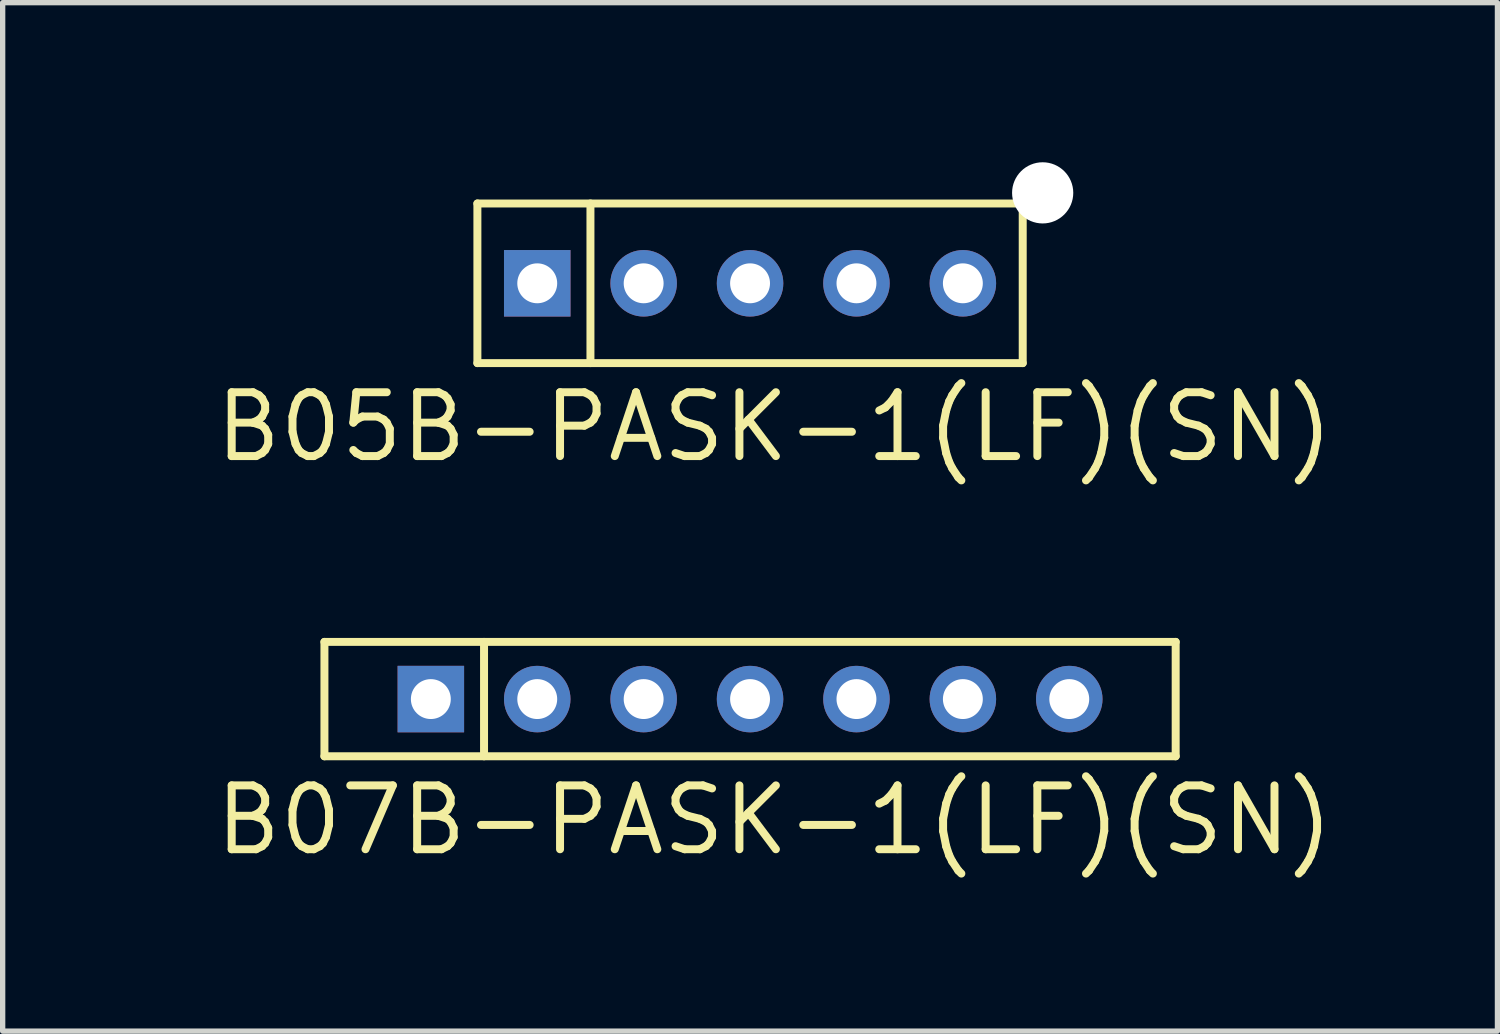
<source format=kicad_pcb>
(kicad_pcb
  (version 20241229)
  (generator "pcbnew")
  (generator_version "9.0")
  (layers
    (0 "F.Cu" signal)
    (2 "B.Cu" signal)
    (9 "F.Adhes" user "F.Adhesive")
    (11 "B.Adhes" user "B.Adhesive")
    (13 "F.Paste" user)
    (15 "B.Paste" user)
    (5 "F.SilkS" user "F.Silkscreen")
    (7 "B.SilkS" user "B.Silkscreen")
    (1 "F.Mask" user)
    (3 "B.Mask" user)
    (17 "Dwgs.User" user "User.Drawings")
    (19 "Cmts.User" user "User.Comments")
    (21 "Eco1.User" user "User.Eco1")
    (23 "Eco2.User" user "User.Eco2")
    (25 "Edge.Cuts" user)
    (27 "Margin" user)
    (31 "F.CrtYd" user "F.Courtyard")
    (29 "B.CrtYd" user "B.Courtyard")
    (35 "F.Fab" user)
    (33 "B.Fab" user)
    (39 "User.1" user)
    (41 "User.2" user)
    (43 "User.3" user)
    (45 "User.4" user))
  (footprint " B07B-PASK-1(LF)(SN)"
    (layer "F.Cu")
    (at 11.048 10.09)
    (property "Reference" " B07B-PASK-1(LF)(SN)" (at 0 2.275 0) (layer "F.SilkS") (effects (font (size 1.2 1.2) (thickness 0.15))))
    (attr through_hole)
    (fp_line (start -8 -1.075) (end 8 -1.075) (stroke (width 0.15) (type solid)) (layer "F.SilkS"))
    (fp_line (start -8 1.075) (end -8 -1.075) (stroke (width 0.15) (type solid)) (layer "F.SilkS"))
    (fp_line (start -5 -1.075) (end -5 1.075) (stroke (width 0.15) (type solid)) (layer "F.SilkS"))
    (fp_line (start 8 -1.075) (end 8 1.075) (stroke (width 0.15) (type solid)) (layer "F.SilkS"))
    (fp_line (start 8 1.075) (end -8 1.075) (stroke (width 0.15) (type solid)) (layer "F.SilkS"))
    (pad "1" thru_hole rect (at -6 0) (size 1.25 1.25) (drill 0.75) (layers "*.Cu" "*.Mask"))
    (pad "2" thru_hole circle (at -4 0) (size 1.25 1.25) (drill 0.75) (layers "*.Cu" "*.Mask"))
    (pad "3" thru_hole circle (at -2 0) (size 1.25 1.25) (drill 0.75) (layers "*.Cu" "*.Mask"))
    (pad "4" thru_hole circle (at 0 0) (size 1.25 1.25) (drill 0.75) (layers "*.Cu" "*.Mask"))
    (pad "5" thru_hole circle (at 2 0) (size 1.25 1.25) (drill 0.75) (layers "*.Cu" "*.Mask"))
    (pad "6" thru_hole circle (at 4 0) (size 1.25 1.25) (drill 0.75) (layers "*.Cu" "*.Mask"))
    (pad "7" thru_hole circle (at 6 0) (size 1.25 1.25) (drill 0.75) (layers "*.Cu" "*.Mask")))
  (footprint " B05B-PASK-1(LF)(SN)"
    (layer "F.Cu")
    (at 11.048 2.275)
    (property "Reference" " B05B-PASK-1(LF)(SN)" (at 0 2.7 0) (layer "F.SilkS") (effects (font (size 1.2 1.2) (thickness 0.15))))
    (attr through_hole)
    (fp_line (start -5.125 -1.5) (end 5.125 -1.5) (stroke (width 0.15) (type solid)) (layer "F.SilkS"))
    (fp_line (start -5.125 1.5) (end -5.125 -1.5) (stroke (width 0.15) (type solid)) (layer "F.SilkS"))
    (fp_line (start -3 -1.5) (end -3 1.5) (stroke (width 0.15) (type solid)) (layer "F.SilkS"))
    (fp_line (start 5.125 -1.5) (end 5.125 1.5) (stroke (width 0.15) (type solid)) (layer "F.SilkS"))
    (fp_line (start 5.125 1.5) (end -5.125 1.5) (stroke (width 0.15) (type solid)) (layer "F.SilkS"))
    (pad "" np_thru_hole circle (at 5.5 -1.7) (size 1.15 1.15) (drill 1.15) (layers "*.Cu" "*.Mask"))
    (pad "1" thru_hole rect (at -4 0) (size 1.25 1.25) (drill 0.75) (layers "*.Cu" "*.Mask"))
    (pad "2" thru_hole circle (at -2 0) (size 1.25 1.25) (drill 0.75) (layers "*.Cu" "*.Mask"))
    (pad "3" thru_hole circle (at 0 0) (size 1.25 1.25) (drill 0.75) (layers "*.Cu" "*.Mask"))
    (pad "4" thru_hole circle (at 2 0) (size 1.25 1.25) (drill 0.75) (layers "*.Cu" "*.Mask"))
    (pad "5" thru_hole circle (at 4 0) (size 1.25 1.25) (drill 0.75) (layers "*.Cu" "*.Mask")))
  (gr_rect
    (start -3 -3)
    (end 25.096 16.331)
    (stroke (width 0.1) (type default))
    (fill no)
    (layer "Edge.Cuts")))
</source>
